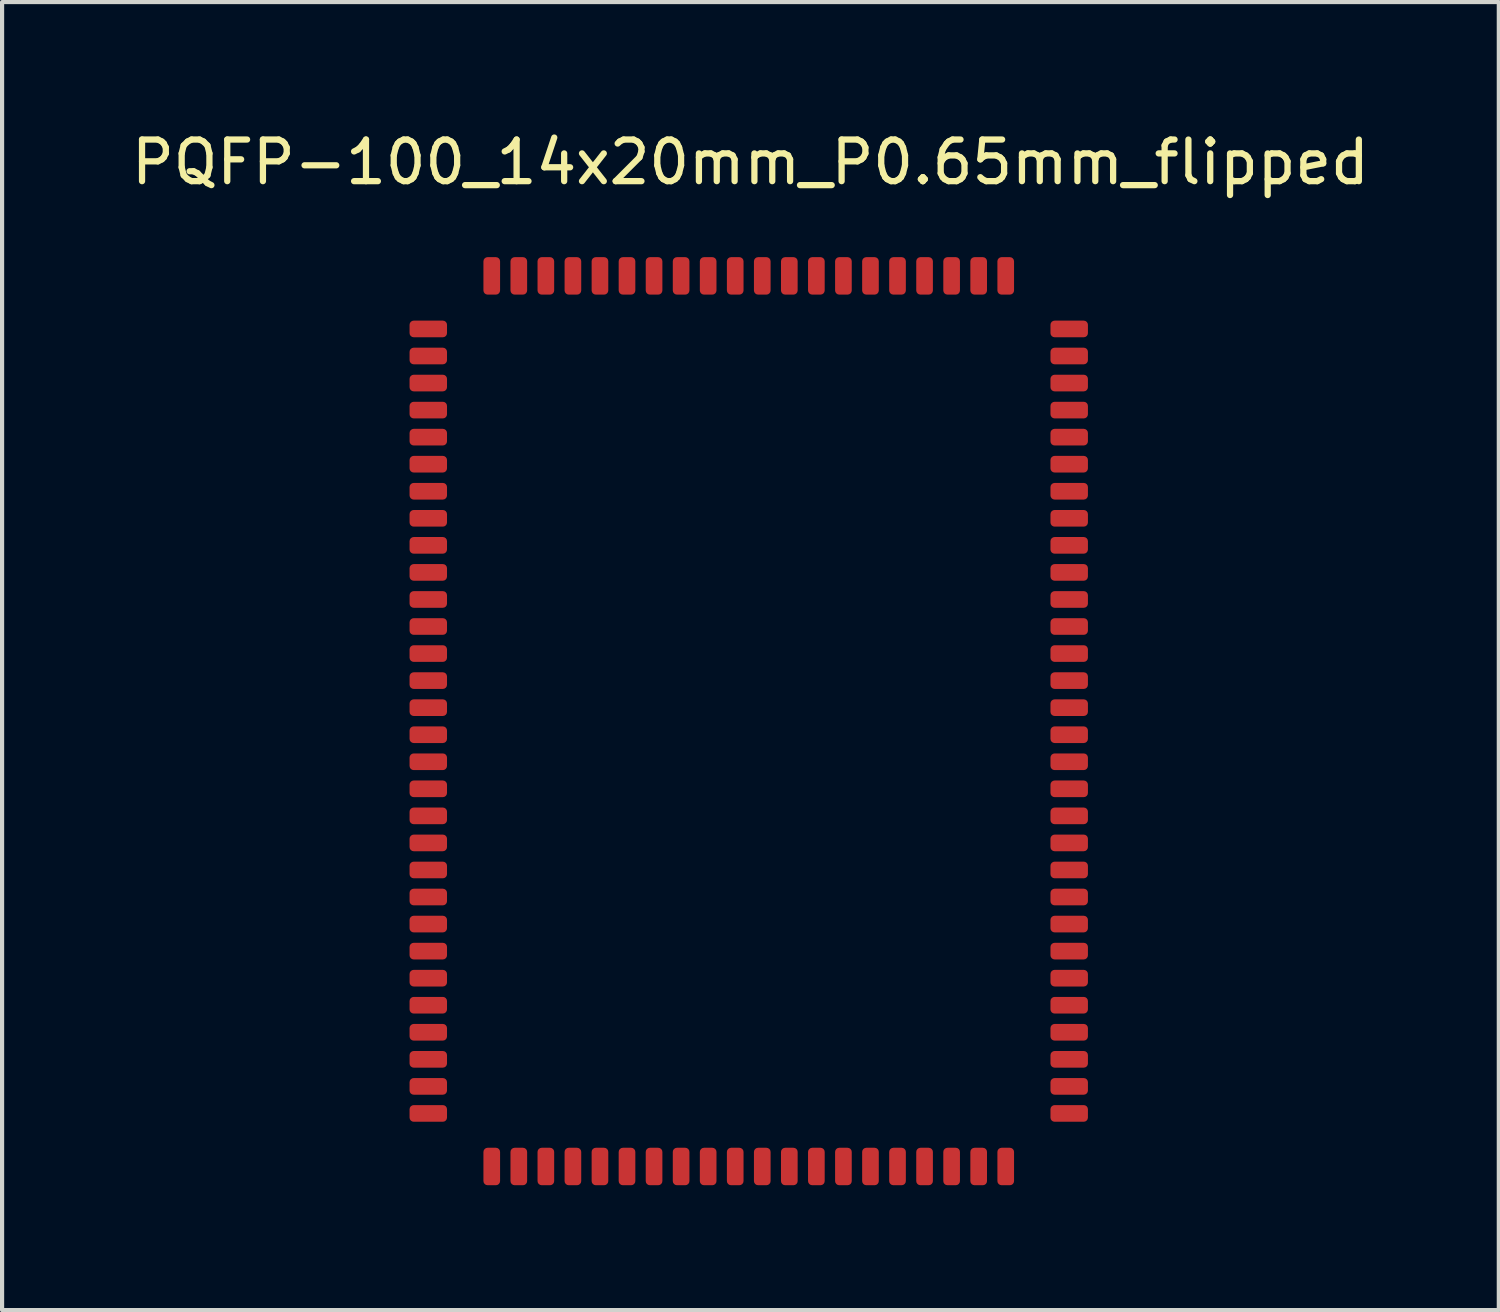
<source format=kicad_pcb>
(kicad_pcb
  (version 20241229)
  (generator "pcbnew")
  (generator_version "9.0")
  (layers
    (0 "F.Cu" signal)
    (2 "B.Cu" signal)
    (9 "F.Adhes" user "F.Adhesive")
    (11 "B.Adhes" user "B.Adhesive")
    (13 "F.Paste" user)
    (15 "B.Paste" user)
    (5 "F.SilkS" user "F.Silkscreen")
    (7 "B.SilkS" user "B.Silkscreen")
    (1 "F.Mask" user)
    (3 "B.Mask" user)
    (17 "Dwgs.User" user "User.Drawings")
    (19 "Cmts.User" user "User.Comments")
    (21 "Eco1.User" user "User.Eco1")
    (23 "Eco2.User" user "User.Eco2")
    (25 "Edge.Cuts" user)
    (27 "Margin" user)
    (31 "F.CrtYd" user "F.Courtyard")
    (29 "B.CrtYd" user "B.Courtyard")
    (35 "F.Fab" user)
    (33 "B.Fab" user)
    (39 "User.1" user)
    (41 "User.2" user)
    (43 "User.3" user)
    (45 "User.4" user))
  (footprint "PQFP-100_14x20mm_P0.65mm_flipped"
    (layer "F.Cu")
    (at 14.941 14.279)
    (property "Reference" "PQFP-100_14x20mm_P0.65mm_flipped" (at 0.041 -13.431 0) (layer "F.SilkS") (effects (font (size 1 1) (thickness 0.15))))
    (attr smd)
    (pad "1" smd roundrect (at 7.7 -9.425) (size 0.9 0.4) (layers "F.Cu" "F.Mask" "F.Paste") (roundrect_rratio 0.25))
    (pad "2" smd roundrect (at 7.7 -8.775) (size 0.9 0.4) (layers "F.Cu" "F.Mask" "F.Paste") (roundrect_rratio 0.25))
    (pad "3" smd roundrect (at 7.7 -8.125) (size 0.9 0.4) (layers "F.Cu" "F.Mask" "F.Paste") (roundrect_rratio 0.25))
    (pad "4" smd roundrect (at 7.7 -7.475) (size 0.9 0.4) (layers "F.Cu" "F.Mask" "F.Paste") (roundrect_rratio 0.25))
    (pad "5" smd roundrect (at 7.7 -6.825) (size 0.9 0.4) (layers "F.Cu" "F.Mask" "F.Paste") (roundrect_rratio 0.25))
    (pad "6" smd roundrect (at 7.7 -6.175) (size 0.9 0.4) (layers "F.Cu" "F.Mask" "F.Paste") (roundrect_rratio 0.25))
    (pad "7" smd roundrect (at 7.7 -5.525) (size 0.9 0.4) (layers "F.Cu" "F.Mask" "F.Paste") (roundrect_rratio 0.25))
    (pad "8" smd roundrect (at 7.7 -4.875) (size 0.9 0.4) (layers "F.Cu" "F.Mask" "F.Paste") (roundrect_rratio 0.25))
    (pad "9" smd roundrect (at 7.7 -4.225) (size 0.9 0.4) (layers "F.Cu" "F.Mask" "F.Paste") (roundrect_rratio 0.25))
    (pad "10" smd roundrect (at 7.7 -3.575) (size 0.9 0.4) (layers "F.Cu" "F.Mask" "F.Paste") (roundrect_rratio 0.25))
    (pad "11" smd roundrect (at 7.7 -2.925) (size 0.9 0.4) (layers "F.Cu" "F.Mask" "F.Paste") (roundrect_rratio 0.25))
    (pad "12" smd roundrect (at 7.7 -2.275) (size 0.9 0.4) (layers "F.Cu" "F.Mask" "F.Paste") (roundrect_rratio 0.25))
    (pad "13" smd roundrect (at 7.7 -1.625) (size 0.9 0.4) (layers "F.Cu" "F.Mask" "F.Paste") (roundrect_rratio 0.25))
    (pad "14" smd roundrect (at 7.7 -0.975) (size 0.9 0.4) (layers "F.Cu" "F.Mask" "F.Paste") (roundrect_rratio 0.25))
    (pad "15" smd roundrect (at 7.7 -0.325) (size 0.9 0.4) (layers "F.Cu" "F.Mask" "F.Paste") (roundrect_rratio 0.25))
    (pad "16" smd roundrect (at 7.7 0.325) (size 0.9 0.4) (layers "F.Cu" "F.Mask" "F.Paste") (roundrect_rratio 0.25))
    (pad "17" smd roundrect (at 7.7 0.975) (size 0.9 0.4) (layers "F.Cu" "F.Mask" "F.Paste") (roundrect_rratio 0.25))
    (pad "18" smd roundrect (at 7.7 1.625) (size 0.9 0.4) (layers "F.Cu" "F.Mask" "F.Paste") (roundrect_rratio 0.25))
    (pad "19" smd roundrect (at 7.7 2.275) (size 0.9 0.4) (layers "F.Cu" "F.Mask" "F.Paste") (roundrect_rratio 0.25))
    (pad "20" smd roundrect (at 7.7 2.925) (size 0.9 0.4) (layers "F.Cu" "F.Mask" "F.Paste") (roundrect_rratio 0.25))
    (pad "21" smd roundrect (at 7.7 3.575) (size 0.9 0.4) (layers "F.Cu" "F.Mask" "F.Paste") (roundrect_rratio 0.25))
    (pad "22" smd roundrect (at 7.7 4.225) (size 0.9 0.4) (layers "F.Cu" "F.Mask" "F.Paste") (roundrect_rratio 0.25))
    (pad "23" smd roundrect (at 7.7 4.875) (size 0.9 0.4) (layers "F.Cu" "F.Mask" "F.Paste") (roundrect_rratio 0.25))
    (pad "24" smd roundrect (at 7.7 5.525) (size 0.9 0.4) (layers "F.Cu" "F.Mask" "F.Paste") (roundrect_rratio 0.25))
    (pad "25" smd roundrect (at 7.7 6.175) (size 0.9 0.4) (layers "F.Cu" "F.Mask" "F.Paste") (roundrect_rratio 0.25))
    (pad "26" smd roundrect (at 7.7 6.825) (size 0.9 0.4) (layers "F.Cu" "F.Mask" "F.Paste") (roundrect_rratio 0.25))
    (pad "27" smd roundrect (at 7.7 7.475) (size 0.9 0.4) (layers "F.Cu" "F.Mask" "F.Paste") (roundrect_rratio 0.25))
    (pad "28" smd roundrect (at 7.7 8.125) (size 0.9 0.4) (layers "F.Cu" "F.Mask" "F.Paste") (roundrect_rratio 0.25))
    (pad "29" smd roundrect (at 7.7 8.775) (size 0.9 0.4) (layers "F.Cu" "F.Mask" "F.Paste") (roundrect_rratio 0.25))
    (pad "30" smd roundrect (at 7.7 9.425) (size 0.9 0.4) (layers "F.Cu" "F.Mask" "F.Paste") (roundrect_rratio 0.25))
    (pad "31" smd roundrect (at 6.175 10.7) (size 0.4 0.9) (layers "F.Cu" "F.Mask" "F.Paste") (roundrect_rratio 0.25))
    (pad "32" smd roundrect (at 5.525 10.7) (size 0.4 0.9) (layers "F.Cu" "F.Mask" "F.Paste") (roundrect_rratio 0.25))
    (pad "33" smd roundrect (at 4.875 10.7) (size 0.4 0.9) (layers "F.Cu" "F.Mask" "F.Paste") (roundrect_rratio 0.25))
    (pad "34" smd roundrect (at 4.225 10.7) (size 0.4 0.9) (layers "F.Cu" "F.Mask" "F.Paste") (roundrect_rratio 0.25))
    (pad "35" smd roundrect (at 3.575 10.7) (size 0.4 0.9) (layers "F.Cu" "F.Mask" "F.Paste") (roundrect_rratio 0.25))
    (pad "36" smd roundrect (at 2.925 10.7) (size 0.4 0.9) (layers "F.Cu" "F.Mask" "F.Paste") (roundrect_rratio 0.25))
    (pad "37" smd roundrect (at 2.275 10.7) (size 0.4 0.9) (layers "F.Cu" "F.Mask" "F.Paste") (roundrect_rratio 0.25))
    (pad "38" smd roundrect (at 1.625 10.7) (size 0.4 0.9) (layers "F.Cu" "F.Mask" "F.Paste") (roundrect_rratio 0.25))
    (pad "39" smd roundrect (at 0.975 10.7) (size 0.4 0.9) (layers "F.Cu" "F.Mask" "F.Paste") (roundrect_rratio 0.25))
    (pad "40" smd roundrect (at 0.325 10.7) (size 0.4 0.9) (layers "F.Cu" "F.Mask" "F.Paste") (roundrect_rratio 0.25))
    (pad "41" smd roundrect (at -0.325 10.7) (size 0.4 0.9) (layers "F.Cu" "F.Mask" "F.Paste") (roundrect_rratio 0.25))
    (pad "42" smd roundrect (at -0.975 10.7) (size 0.4 0.9) (layers "F.Cu" "F.Mask" "F.Paste") (roundrect_rratio 0.25))
    (pad "43" smd roundrect (at -1.625 10.7) (size 0.4 0.9) (layers "F.Cu" "F.Mask" "F.Paste") (roundrect_rratio 0.25))
    (pad "44" smd roundrect (at -2.275 10.7) (size 0.4 0.9) (layers "F.Cu" "F.Mask" "F.Paste") (roundrect_rratio 0.25))
    (pad "45" smd roundrect (at -2.925 10.7) (size 0.4 0.9) (layers "F.Cu" "F.Mask" "F.Paste") (roundrect_rratio 0.25))
    (pad "46" smd roundrect (at -3.575 10.7) (size 0.4 0.9) (layers "F.Cu" "F.Mask" "F.Paste") (roundrect_rratio 0.25))
    (pad "47" smd roundrect (at -4.225 10.7) (size 0.4 0.9) (layers "F.Cu" "F.Mask" "F.Paste") (roundrect_rratio 0.25))
    (pad "48" smd roundrect (at -4.875 10.7) (size 0.4 0.9) (layers "F.Cu" "F.Mask" "F.Paste") (roundrect_rratio 0.25))
    (pad "49" smd roundrect (at -5.525 10.7) (size 0.4 0.9) (layers "F.Cu" "F.Mask" "F.Paste") (roundrect_rratio 0.25))
    (pad "50" smd roundrect (at -6.175 10.7) (size 0.4 0.9) (layers "F.Cu" "F.Mask" "F.Paste") (roundrect_rratio 0.25))
    (pad "51" smd roundrect (at -7.7 9.425) (size 0.9 0.4) (layers "F.Cu" "F.Mask" "F.Paste") (roundrect_rratio 0.25))
    (pad "52" smd roundrect (at -7.7 8.775) (size 0.9 0.4) (layers "F.Cu" "F.Mask" "F.Paste") (roundrect_rratio 0.25))
    (pad "53" smd roundrect (at -7.7 8.125) (size 0.9 0.4) (layers "F.Cu" "F.Mask" "F.Paste") (roundrect_rratio 0.25))
    (pad "54" smd roundrect (at -7.7 7.475) (size 0.9 0.4) (layers "F.Cu" "F.Mask" "F.Paste") (roundrect_rratio 0.25))
    (pad "55" smd roundrect (at -7.7 6.825) (size 0.9 0.4) (layers "F.Cu" "F.Mask" "F.Paste") (roundrect_rratio 0.25))
    (pad "56" smd roundrect (at -7.7 6.175) (size 0.9 0.4) (layers "F.Cu" "F.Mask" "F.Paste") (roundrect_rratio 0.25))
    (pad "57" smd roundrect (at -7.7 5.525) (size 0.9 0.4) (layers "F.Cu" "F.Mask" "F.Paste") (roundrect_rratio 0.25))
    (pad "58" smd roundrect (at -7.7 4.875) (size 0.9 0.4) (layers "F.Cu" "F.Mask" "F.Paste") (roundrect_rratio 0.25))
    (pad "59" smd roundrect (at -7.7 4.225) (size 0.9 0.4) (layers "F.Cu" "F.Mask" "F.Paste") (roundrect_rratio 0.25))
    (pad "60" smd roundrect (at -7.7 3.575) (size 0.9 0.4) (layers "F.Cu" "F.Mask" "F.Paste") (roundrect_rratio 0.25))
    (pad "61" smd roundrect (at -7.7 2.925) (size 0.9 0.4) (layers "F.Cu" "F.Mask" "F.Paste") (roundrect_rratio 0.25))
    (pad "62" smd roundrect (at -7.7 2.275) (size 0.9 0.4) (layers "F.Cu" "F.Mask" "F.Paste") (roundrect_rratio 0.25))
    (pad "63" smd roundrect (at -7.7 1.625) (size 0.9 0.4) (layers "F.Cu" "F.Mask" "F.Paste") (roundrect_rratio 0.25))
    (pad "64" smd roundrect (at -7.7 0.975) (size 0.9 0.4) (layers "F.Cu" "F.Mask" "F.Paste") (roundrect_rratio 0.25))
    (pad "65" smd roundrect (at -7.7 0.325) (size 0.9 0.4) (layers "F.Cu" "F.Mask" "F.Paste") (roundrect_rratio 0.25))
    (pad "66" smd roundrect (at -7.7 -0.325) (size 0.9 0.4) (layers "F.Cu" "F.Mask" "F.Paste") (roundrect_rratio 0.25))
    (pad "67" smd roundrect (at -7.7 -0.975) (size 0.9 0.4) (layers "F.Cu" "F.Mask" "F.Paste") (roundrect_rratio 0.25))
    (pad "68" smd roundrect (at -7.7 -1.625) (size 0.9 0.4) (layers "F.Cu" "F.Mask" "F.Paste") (roundrect_rratio 0.25))
    (pad "69" smd roundrect (at -7.7 -2.275) (size 0.9 0.4) (layers "F.Cu" "F.Mask" "F.Paste") (roundrect_rratio 0.25))
    (pad "70" smd roundrect (at -7.7 -2.925) (size 0.9 0.4) (layers "F.Cu" "F.Mask" "F.Paste") (roundrect_rratio 0.25))
    (pad "71" smd roundrect (at -7.7 -3.575) (size 0.9 0.4) (layers "F.Cu" "F.Mask" "F.Paste") (roundrect_rratio 0.25))
    (pad "72" smd roundrect (at -7.7 -4.225) (size 0.9 0.4) (layers "F.Cu" "F.Mask" "F.Paste") (roundrect_rratio 0.25))
    (pad "73" smd roundrect (at -7.7 -4.875) (size 0.9 0.4) (layers "F.Cu" "F.Mask" "F.Paste") (roundrect_rratio 0.25))
    (pad "74" smd roundrect (at -7.7 -5.525) (size 0.9 0.4) (layers "F.Cu" "F.Mask" "F.Paste") (roundrect_rratio 0.25))
    (pad "75" smd roundrect (at -7.7 -6.175) (size 0.9 0.4) (layers "F.Cu" "F.Mask" "F.Paste") (roundrect_rratio 0.25))
    (pad "76" smd roundrect (at -7.7 -6.825) (size 0.9 0.4) (layers "F.Cu" "F.Mask" "F.Paste") (roundrect_rratio 0.25))
    (pad "77" smd roundrect (at -7.7 -7.475) (size 0.9 0.4) (layers "F.Cu" "F.Mask" "F.Paste") (roundrect_rratio 0.25))
    (pad "78" smd roundrect (at -7.7 -8.125) (size 0.9 0.4) (layers "F.Cu" "F.Mask" "F.Paste") (roundrect_rratio 0.25))
    (pad "79" smd roundrect (at -7.7 -8.775) (size 0.9 0.4) (layers "F.Cu" "F.Mask" "F.Paste") (roundrect_rratio 0.25))
    (pad "80" smd roundrect (at -7.7 -9.425) (size 0.9 0.4) (layers "F.Cu" "F.Mask" "F.Paste") (roundrect_rratio 0.25))
    (pad "81" smd roundrect (at -6.175 -10.7) (size 0.4 0.9) (layers "F.Cu" "F.Mask" "F.Paste") (roundrect_rratio 0.25))
    (pad "82" smd roundrect (at -5.525 -10.7) (size 0.4 0.9) (layers "F.Cu" "F.Mask" "F.Paste") (roundrect_rratio 0.25))
    (pad "83" smd roundrect (at -4.875 -10.7) (size 0.4 0.9) (layers "F.Cu" "F.Mask" "F.Paste") (roundrect_rratio 0.25))
    (pad "84" smd roundrect (at -4.225 -10.7) (size 0.4 0.9) (layers "F.Cu" "F.Mask" "F.Paste") (roundrect_rratio 0.25))
    (pad "85" smd roundrect (at -3.575 -10.7) (size 0.4 0.9) (layers "F.Cu" "F.Mask" "F.Paste") (roundrect_rratio 0.25))
    (pad "86" smd roundrect (at -2.925 -10.7) (size 0.4 0.9) (layers "F.Cu" "F.Mask" "F.Paste") (roundrect_rratio 0.25))
    (pad "87" smd roundrect (at -2.275 -10.7) (size 0.4 0.9) (layers "F.Cu" "F.Mask" "F.Paste") (roundrect_rratio 0.25))
    (pad "88" smd roundrect (at -1.625 -10.7) (size 0.4 0.9) (layers "F.Cu" "F.Mask" "F.Paste") (roundrect_rratio 0.25))
    (pad "89" smd roundrect (at -0.975 -10.7) (size 0.4 0.9) (layers "F.Cu" "F.Mask" "F.Paste") (roundrect_rratio 0.25))
    (pad "90" smd roundrect (at -0.325 -10.7) (size 0.4 0.9) (layers "F.Cu" "F.Mask" "F.Paste") (roundrect_rratio 0.25))
    (pad "91" smd roundrect (at 0.325 -10.7) (size 0.4 0.9) (layers "F.Cu" "F.Mask" "F.Paste") (roundrect_rratio 0.25))
    (pad "92" smd roundrect (at 0.975 -10.7) (size 0.4 0.9) (layers "F.Cu" "F.Mask" "F.Paste") (roundrect_rratio 0.25))
    (pad "93" smd roundrect (at 1.625 -10.7) (size 0.4 0.9) (layers "F.Cu" "F.Mask" "F.Paste") (roundrect_rratio 0.25))
    (pad "94" smd roundrect (at 2.275 -10.7) (size 0.4 0.9) (layers "F.Cu" "F.Mask" "F.Paste") (roundrect_rratio 0.25))
    (pad "95" smd roundrect (at 2.925 -10.7) (size 0.4 0.9) (layers "F.Cu" "F.Mask" "F.Paste") (roundrect_rratio 0.25))
    (pad "96" smd roundrect (at 3.575 -10.7) (size 0.4 0.9) (layers "F.Cu" "F.Mask" "F.Paste") (roundrect_rratio 0.25))
    (pad "97" smd roundrect (at 4.225 -10.7) (size 0.4 0.9) (layers "F.Cu" "F.Mask" "F.Paste") (roundrect_rratio 0.25))
    (pad "98" smd roundrect (at 4.875 -10.7) (size 0.4 0.9) (layers "F.Cu" "F.Mask" "F.Paste") (roundrect_rratio 0.25))
    (pad "99" smd roundrect (at 5.525 -10.7) (size 0.4 0.9) (layers "F.Cu" "F.Mask" "F.Paste") (roundrect_rratio 0.25))
    (pad "100" smd roundrect (at 6.175 -10.7) (size 0.4 0.9) (layers "F.Cu" "F.Mask" "F.Paste") (roundrect_rratio 0.25)))
  (gr_rect
    (start -3 -3)
    (end 32.964 28.429)
    (stroke (width 0.1) (type default))
    (fill no)
    (layer "Edge.Cuts")))
</source>
